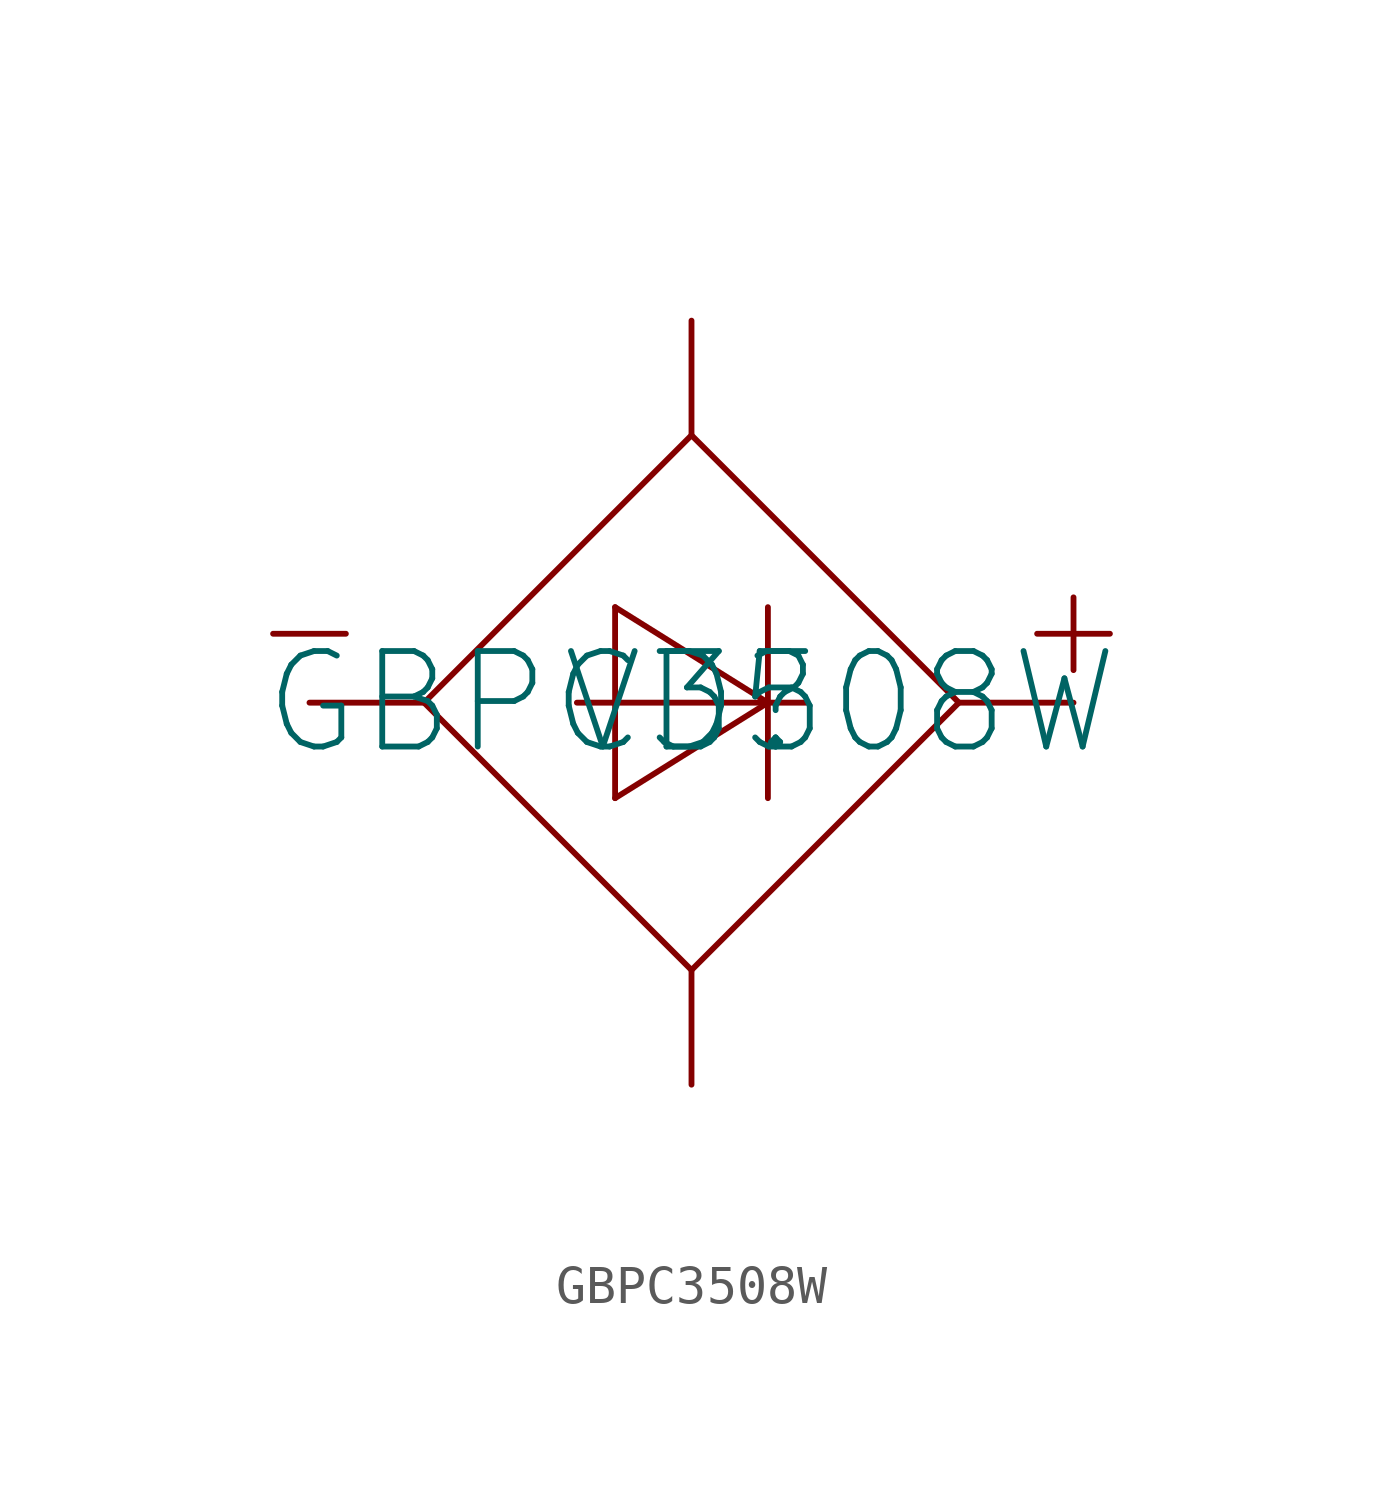
<source format=kicad_sym>
(kicad_symbol_lib
  (version 20220914)
  (generator kicad_symbol_editor)
  (symbol "GBPC3508W"
    (pin_numbers hide)
    (pin_names hide)
    (property "Reference" "VD"
      (at 0 0 0)
      (effects (font (size 2.5 2.5))))
    (property "Value" "GBPC3508W"
      (at 0 0 0)
      (effects (font (size 2.5 2.5))))
    (symbol "GBPC3508W_0_1"
      (polyline (pts (xy -3 0) (xy 3 0)) (stroke (width 0) (type default)) (fill (type none)))
      (polyline (pts (xy -2 -2.5) (xy -2 2.5)) (stroke (width 0) (type default)) (fill (type none)))
      (polyline (pts (xy -2 -2.5) (xy 2 0)) (stroke (width 0) (type default)) (fill (type none)))
      (polyline (pts (xy -2 2.5) (xy 2 0)) (stroke (width 0) (type default)) (fill (type none)))
      (polyline (pts (xy 2 -2.5) (xy 2 2.5)) (stroke (width 0) (type default)) (fill (type none)))
      (polyline (pts (xy 0 7) (xy -7 0) (xy 0 -7) (xy 7 0) (xy 0 7)) (stroke (width 0) (type default)) (fill (type none))))
    (symbol "GBPC3508W_1_1"
      (text "+" (at 10 2 0) (effects (font (size 2.5 2.5))))
      (text "-" (at -10 2 0) (effects (font (size 2.5 2.5))))
      (text "~" (at 2 -10 0) (effects (font (size 2.5 2.5))))
      (text "~" (at 2 10 0) (effects (font (size 2.5 2.5))))
      (pin input line (at 10 0 180) (length 3) (name "" (effects (font (size 2.5 2.5)))) (number "1" (effects (font (size 1.27 1.27)))))
      (pin input line (at 0 -10 90) (length 3) (name "" (effects (font (size 2.5 2.5)))) (number "2" (effects (font (size 1.27 1.27)))))
      (pin input line (at -10 0 0) (length 3) (name "" (effects (font (size 2.5 2.5)))) (number "3" (effects (font (size 1.27 1.27)))))
      (pin input line (at 0 10 270) (length 3) (name "" (effects (font (size 2.5 2.5)))) (number "4" (effects (font (size 1.27 1.27))))))))
</source>
